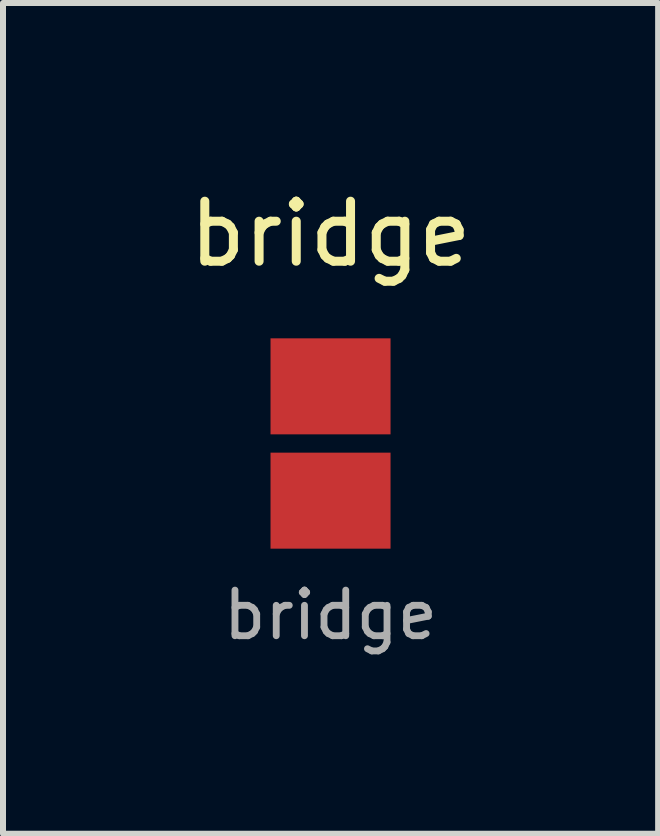
<source format=kicad_pcb>
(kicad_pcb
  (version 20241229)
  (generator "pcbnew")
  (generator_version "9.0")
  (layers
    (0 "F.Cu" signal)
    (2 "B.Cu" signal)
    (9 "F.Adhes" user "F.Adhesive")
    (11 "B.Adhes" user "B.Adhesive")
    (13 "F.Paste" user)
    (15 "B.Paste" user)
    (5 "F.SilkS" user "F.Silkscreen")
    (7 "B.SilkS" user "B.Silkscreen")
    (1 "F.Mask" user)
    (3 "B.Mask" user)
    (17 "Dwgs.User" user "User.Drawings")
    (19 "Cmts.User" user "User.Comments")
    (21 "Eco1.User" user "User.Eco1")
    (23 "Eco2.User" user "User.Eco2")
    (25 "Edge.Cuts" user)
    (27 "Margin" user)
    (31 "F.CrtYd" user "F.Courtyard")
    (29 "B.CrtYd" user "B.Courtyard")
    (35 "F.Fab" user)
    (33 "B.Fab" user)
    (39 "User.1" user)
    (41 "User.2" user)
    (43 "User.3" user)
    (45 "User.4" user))
  (footprint "bridge"
    (layer "F.Cu")
    (at 2.458 3.388)
    (property "Reference" "bridge" (at 0 -2.54 0) (layer "F.SilkS") (effects (font (size 1 1) (thickness 0.15))))
    (attr through_hole)
    (fp_text user "${REFERENCE}" (at 0 3.81 180) (layer "F.Fab") (effects (font (size 0.76 0.76) (thickness 0.114))))
    (pad "1" smd rect (at 0 0) (size 2 1.6) (layers "F.Cu" "F.Mask" "F.Paste"))
    (pad "2" smd rect (at 0 1.905) (size 2 1.6) (layers "F.Cu" "F.Mask" "F.Paste")))
  (gr_rect
    (start -3 -3)
    (end 7.917 10.843)
    (stroke (width 0.1) (type default))
    (fill no)
    (layer "Edge.Cuts")))
</source>
